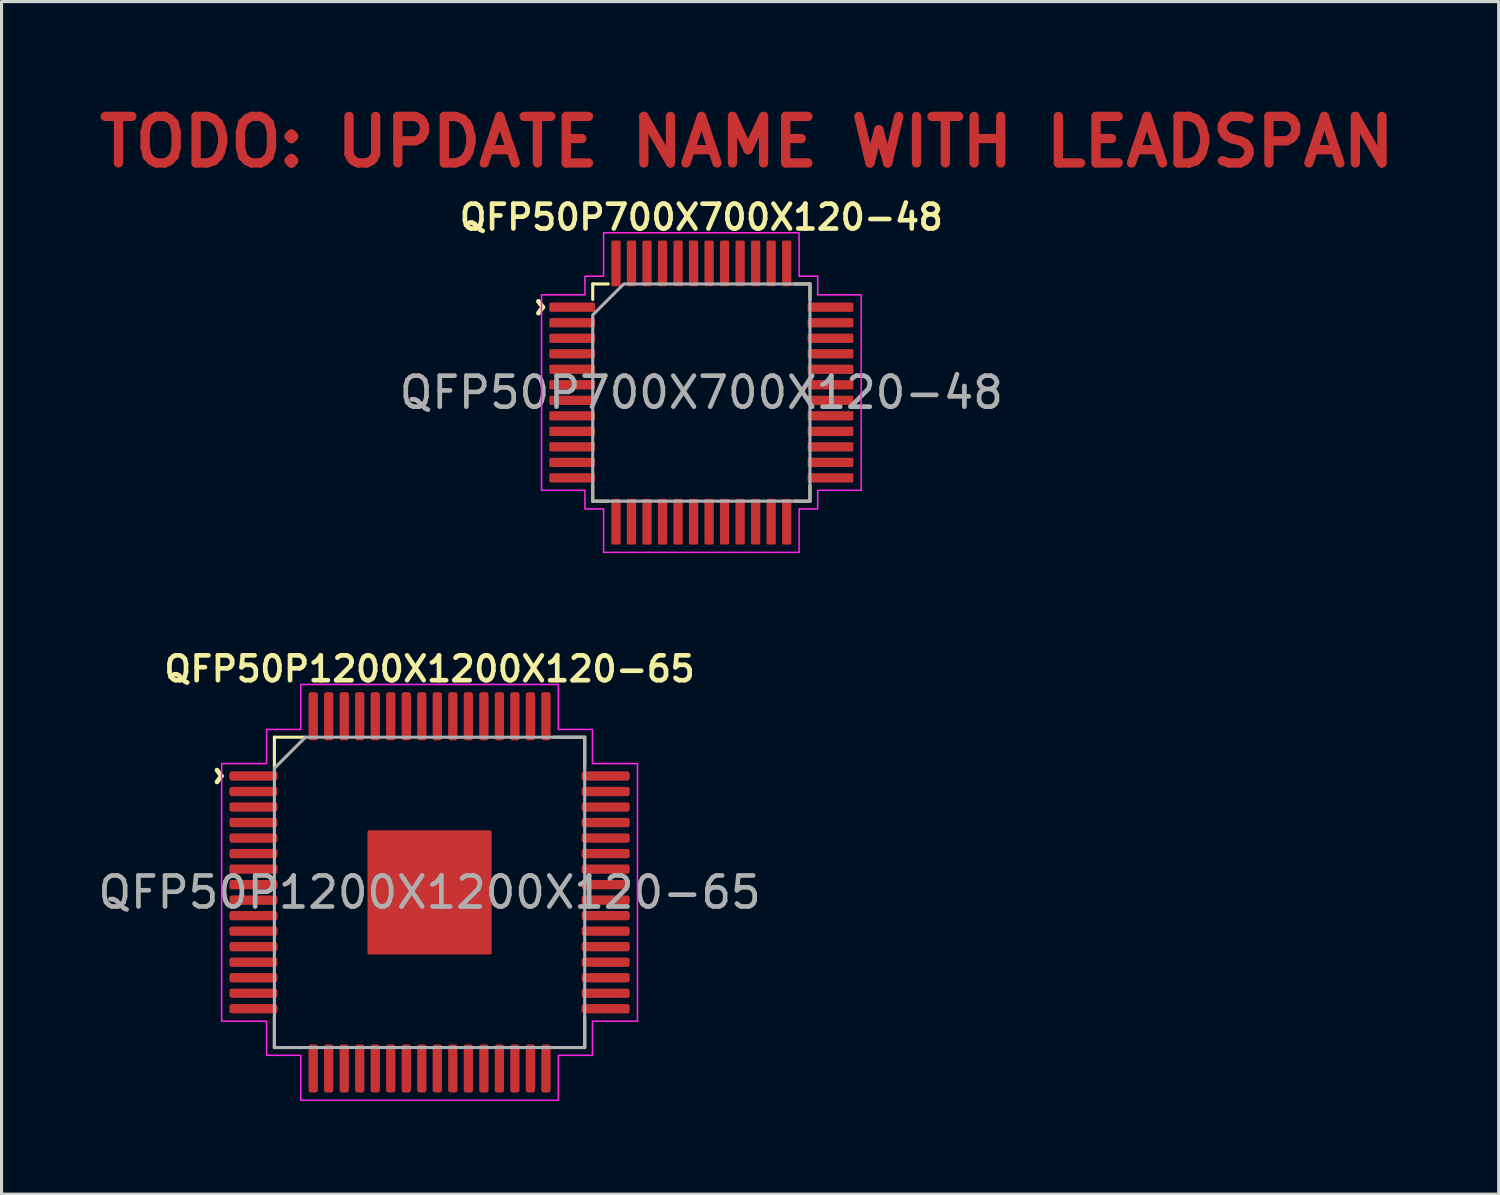
<source format=kicad_pcb>
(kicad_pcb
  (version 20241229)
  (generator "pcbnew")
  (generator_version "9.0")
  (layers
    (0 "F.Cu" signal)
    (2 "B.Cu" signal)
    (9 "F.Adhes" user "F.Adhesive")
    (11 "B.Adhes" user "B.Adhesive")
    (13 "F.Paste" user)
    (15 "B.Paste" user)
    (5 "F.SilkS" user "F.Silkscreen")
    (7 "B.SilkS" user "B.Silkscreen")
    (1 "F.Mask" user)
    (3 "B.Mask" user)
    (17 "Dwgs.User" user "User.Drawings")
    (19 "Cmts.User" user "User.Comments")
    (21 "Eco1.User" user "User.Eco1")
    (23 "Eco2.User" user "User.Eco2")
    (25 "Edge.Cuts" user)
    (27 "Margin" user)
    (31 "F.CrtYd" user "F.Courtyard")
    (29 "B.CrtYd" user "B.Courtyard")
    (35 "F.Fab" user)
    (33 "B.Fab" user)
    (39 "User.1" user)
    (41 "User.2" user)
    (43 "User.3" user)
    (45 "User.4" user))
  (footprint "QFP50P1200X1200X120-65"
    (layer "F.Cu")
    (at 10.792 25.706)
    (property "Reference" "QFP50P1200X1200X120-65" (at 0 -7.2 0) (layer "F.SilkS") (effects (font (size 0.8 0.8) (thickness 0.15))))
    (attr smd)
    (fp_line (start -5 -5) (end -5 -4) (stroke (width 0.1) (type solid)) (layer "F.SilkS"))
    (fp_line (start -5 4) (end -5 5) (stroke (width 0.1) (type solid)) (layer "F.SilkS"))
    (fp_line (start -5 5) (end -4 5) (stroke (width 0.1) (type solid)) (layer "F.SilkS"))
    (fp_line (start -4 -5) (end -5 -5) (stroke (width 0.1) (type solid)) (layer "F.SilkS"))
    (fp_line (start 4 5) (end 5 5) (stroke (width 0.1) (type solid)) (layer "F.SilkS"))
    (fp_line (start 5 -5) (end 4 -5) (stroke (width 0.1) (type solid)) (layer "F.SilkS"))
    (fp_line (start 5 -4) (end 5 -5) (stroke (width 0.1) (type solid)) (layer "F.SilkS"))
    (fp_line (start 5 5) (end 5 4) (stroke (width 0.1) (type solid)) (layer "F.SilkS"))
    (fp_poly (pts (xy 4.15 5.25) (xy 4.15 6.7) (xy 0 6.7) (xy -4.15 6.7) (xy -4.15 5.25) (xy -5.25 5.25) (xy -5.25 4.15) (xy -6.7 4.15) (xy -6.7 0) (xy -6.7 -4.15) (xy -5.25 -4.15) (xy -5.25 -5.25) (xy -4.15 -5.25) (xy -4.15 -6.7) (xy 0 -6.7) (xy 4.15 -6.7) (xy 4.15 -5.25) (xy 5.25 -5.25) (xy 5.25 -4.15) (xy 6.7 -4.15) (xy 6.7 0) (xy 6.7 4.15) (xy 5.25 4.15) (xy 5.25 5.25)) (stroke (width 0.05) (type solid)) (fill no) (layer "F.CrtYd"))
    (fp_poly (pts (xy -5 -4) (xy -5 5) (xy 5 5) (xy 5 -5) (xy -4 -5)) (stroke (width 0.1) (type solid)) (fill no) (layer "F.Fab"))
    (fp_text user "^" (at -7.3 -3.75 270) (unlocked yes) (layer "F.SilkS") (effects (font (size 1 1) (thickness 0.15))))
    (fp_text user "${REFERENCE}" (at 0 0 0) (layer "F.Fab") (effects (font (size 1 1) (thickness 0.15))))
    (pad "" smd roundrect (at -1.5 -1.5) (size 1 1) (layers "F.Paste") (roundrect_rratio 0.05))
    (pad "" smd roundrect (at -1.5 0) (size 1 1) (layers "F.Paste") (roundrect_rratio 0.05))
    (pad "" smd roundrect (at -1.5 1.5) (size 1 1) (layers "F.Paste") (roundrect_rratio 0.05))
    (pad "" smd roundrect (at 0 -1.5) (size 1 1) (layers "F.Paste") (roundrect_rratio 0.05))
    (pad "" smd roundrect (at 0 0) (size 1 1) (layers "F.Paste") (roundrect_rratio 0.05))
    (pad "" smd roundrect (at 0 1.5) (size 1 1) (layers "F.Paste") (roundrect_rratio 0.05))
    (pad "" smd roundrect (at 1.5 -1.5) (size 1 1) (layers "F.Paste") (roundrect_rratio 0.05))
    (pad "" smd roundrect (at 1.5 0) (size 1 1) (layers "F.Paste") (roundrect_rratio 0.05))
    (pad "" smd roundrect (at 1.5 1.5) (size 1 1) (layers "F.Paste") (roundrect_rratio 0.05))
    (pad "1" smd roundrect (at -5.675 -3.75) (size 1.55 0.3) (layers "F.Cu" "F.Mask" "F.Paste") (roundrect_rratio 0.25))
    (pad "2" smd roundrect (at -5.675 -3.25) (size 1.55 0.3) (layers "F.Cu" "F.Mask" "F.Paste") (roundrect_rratio 0.25))
    (pad "3" smd roundrect (at -5.675 -2.75) (size 1.55 0.3) (layers "F.Cu" "F.Mask" "F.Paste") (roundrect_rratio 0.25))
    (pad "4" smd roundrect (at -5.675 -2.25) (size 1.55 0.3) (layers "F.Cu" "F.Mask" "F.Paste") (roundrect_rratio 0.25))
    (pad "5" smd roundrect (at -5.675 -1.75) (size 1.55 0.3) (layers "F.Cu" "F.Mask" "F.Paste") (roundrect_rratio 0.25))
    (pad "6" smd roundrect (at -5.675 -1.25) (size 1.55 0.3) (layers "F.Cu" "F.Mask" "F.Paste") (roundrect_rratio 0.25))
    (pad "7" smd roundrect (at -5.675 -0.75) (size 1.55 0.3) (layers "F.Cu" "F.Mask" "F.Paste") (roundrect_rratio 0.25))
    (pad "8" smd roundrect (at -5.675 -0.25) (size 1.55 0.3) (layers "F.Cu" "F.Mask" "F.Paste") (roundrect_rratio 0.25))
    (pad "9" smd roundrect (at -5.675 0.25) (size 1.55 0.3) (layers "F.Cu" "F.Mask" "F.Paste") (roundrect_rratio 0.25))
    (pad "10" smd roundrect (at -5.675 0.75) (size 1.55 0.3) (layers "F.Cu" "F.Mask" "F.Paste") (roundrect_rratio 0.25))
    (pad "11" smd roundrect (at -5.675 1.25) (size 1.55 0.3) (layers "F.Cu" "F.Mask" "F.Paste") (roundrect_rratio 0.25))
    (pad "12" smd roundrect (at -5.675 1.75) (size 1.55 0.3) (layers "F.Cu" "F.Mask" "F.Paste") (roundrect_rratio 0.25))
    (pad "13" smd roundrect (at -5.675 2.25) (size 1.55 0.3) (layers "F.Cu" "F.Mask" "F.Paste") (roundrect_rratio 0.25))
    (pad "14" smd roundrect (at -5.675 2.75) (size 1.55 0.3) (layers "F.Cu" "F.Mask" "F.Paste") (roundrect_rratio 0.25))
    (pad "15" smd roundrect (at -5.675 3.25) (size 1.55 0.3) (layers "F.Cu" "F.Mask" "F.Paste") (roundrect_rratio 0.25))
    (pad "16" smd roundrect (at -5.675 3.75) (size 1.55 0.3) (layers "F.Cu" "F.Mask" "F.Paste") (roundrect_rratio 0.25))
    (pad "17" smd roundrect (at -3.75 5.675) (size 0.3 1.55) (layers "F.Cu" "F.Mask" "F.Paste") (roundrect_rratio 0.25))
    (pad "18" smd roundrect (at -3.25 5.675) (size 0.3 1.55) (layers "F.Cu" "F.Mask" "F.Paste") (roundrect_rratio 0.25))
    (pad "19" smd roundrect (at -2.75 5.675) (size 0.3 1.55) (layers "F.Cu" "F.Mask" "F.Paste") (roundrect_rratio 0.25))
    (pad "20" smd roundrect (at -2.25 5.675) (size 0.3 1.55) (layers "F.Cu" "F.Mask" "F.Paste") (roundrect_rratio 0.25))
    (pad "21" smd roundrect (at -1.75 5.675) (size 0.3 1.55) (layers "F.Cu" "F.Mask" "F.Paste") (roundrect_rratio 0.25))
    (pad "22" smd roundrect (at -1.25 5.675) (size 0.3 1.55) (layers "F.Cu" "F.Mask" "F.Paste") (roundrect_rratio 0.25))
    (pad "23" smd roundrect (at -0.75 5.675) (size 0.3 1.55) (layers "F.Cu" "F.Mask" "F.Paste") (roundrect_rratio 0.25))
    (pad "24" smd roundrect (at -0.25 5.675) (size 0.3 1.55) (layers "F.Cu" "F.Mask" "F.Paste") (roundrect_rratio 0.25))
    (pad "25" smd roundrect (at 0.25 5.675) (size 0.3 1.55) (layers "F.Cu" "F.Mask" "F.Paste") (roundrect_rratio 0.25))
    (pad "26" smd roundrect (at 0.75 5.675) (size 0.3 1.55) (layers "F.Cu" "F.Mask" "F.Paste") (roundrect_rratio 0.25))
    (pad "27" smd roundrect (at 1.25 5.675) (size 0.3 1.55) (layers "F.Cu" "F.Mask" "F.Paste") (roundrect_rratio 0.25))
    (pad "28" smd roundrect (at 1.75 5.675) (size 0.3 1.55) (layers "F.Cu" "F.Mask" "F.Paste") (roundrect_rratio 0.25))
    (pad "29" smd roundrect (at 2.25 5.675) (size 0.3 1.55) (layers "F.Cu" "F.Mask" "F.Paste") (roundrect_rratio 0.25))
    (pad "30" smd roundrect (at 2.75 5.675) (size 0.3 1.55) (layers "F.Cu" "F.Mask" "F.Paste") (roundrect_rratio 0.25))
    (pad "31" smd roundrect (at 3.25 5.675) (size 0.3 1.55) (layers "F.Cu" "F.Mask" "F.Paste") (roundrect_rratio 0.25))
    (pad "32" smd roundrect (at 3.75 5.675) (size 0.3 1.55) (layers "F.Cu" "F.Mask" "F.Paste") (roundrect_rratio 0.25))
    (pad "33" smd roundrect (at 5.675 3.75) (size 1.55 0.3) (layers "F.Cu" "F.Mask" "F.Paste") (roundrect_rratio 0.25))
    (pad "34" smd roundrect (at 5.675 3.25) (size 1.55 0.3) (layers "F.Cu" "F.Mask" "F.Paste") (roundrect_rratio 0.25))
    (pad "35" smd roundrect (at 5.675 2.75) (size 1.55 0.3) (layers "F.Cu" "F.Mask" "F.Paste") (roundrect_rratio 0.25))
    (pad "36" smd roundrect (at 5.675 2.25) (size 1.55 0.3) (layers "F.Cu" "F.Mask" "F.Paste") (roundrect_rratio 0.25))
    (pad "37" smd roundrect (at 5.675 1.75) (size 1.55 0.3) (layers "F.Cu" "F.Mask" "F.Paste") (roundrect_rratio 0.25))
    (pad "38" smd roundrect (at 5.675 1.25) (size 1.55 0.3) (layers "F.Cu" "F.Mask" "F.Paste") (roundrect_rratio 0.25))
    (pad "39" smd roundrect (at 5.675 0.75) (size 1.55 0.3) (layers "F.Cu" "F.Mask" "F.Paste") (roundrect_rratio 0.25))
    (pad "40" smd roundrect (at 5.675 0.25) (size 1.55 0.3) (layers "F.Cu" "F.Mask" "F.Paste") (roundrect_rratio 0.25))
    (pad "41" smd roundrect (at 5.675 -0.25) (size 1.55 0.3) (layers "F.Cu" "F.Mask" "F.Paste") (roundrect_rratio 0.25))
    (pad "42" smd roundrect (at 5.675 -0.75) (size 1.55 0.3) (layers "F.Cu" "F.Mask" "F.Paste") (roundrect_rratio 0.25))
    (pad "43" smd roundrect (at 5.675 -1.25) (size 1.55 0.3) (layers "F.Cu" "F.Mask" "F.Paste") (roundrect_rratio 0.25))
    (pad "44" smd roundrect (at 5.675 -1.75) (size 1.55 0.3) (layers "F.Cu" "F.Mask" "F.Paste") (roundrect_rratio 0.25))
    (pad "45" smd roundrect (at 5.675 -2.25) (size 1.55 0.3) (layers "F.Cu" "F.Mask" "F.Paste") (roundrect_rratio 0.25))
    (pad "46" smd roundrect (at 5.675 -2.75) (size 1.55 0.3) (layers "F.Cu" "F.Mask" "F.Paste") (roundrect_rratio 0.25))
    (pad "47" smd roundrect (at 5.675 -3.25) (size 1.55 0.3) (layers "F.Cu" "F.Mask" "F.Paste") (roundrect_rratio 0.25))
    (pad "48" smd roundrect (at 5.675 -3.75) (size 1.55 0.3) (layers "F.Cu" "F.Mask" "F.Paste") (roundrect_rratio 0.25))
    (pad "49" smd roundrect (at 3.75 -5.675) (size 0.3 1.55) (layers "F.Cu" "F.Mask" "F.Paste") (roundrect_rratio 0.25))
    (pad "50" smd roundrect (at 3.25 -5.675) (size 0.3 1.55) (layers "F.Cu" "F.Mask" "F.Paste") (roundrect_rratio 0.25))
    (pad "51" smd roundrect (at 2.75 -5.675) (size 0.3 1.55) (layers "F.Cu" "F.Mask" "F.Paste") (roundrect_rratio 0.25))
    (pad "52" smd roundrect (at 2.25 -5.675) (size 0.3 1.55) (layers "F.Cu" "F.Mask" "F.Paste") (roundrect_rratio 0.25))
    (pad "53" smd roundrect (at 1.75 -5.675) (size 0.3 1.55) (layers "F.Cu" "F.Mask" "F.Paste") (roundrect_rratio 0.25))
    (pad "54" smd roundrect (at 1.25 -5.675) (size 0.3 1.55) (layers "F.Cu" "F.Mask" "F.Paste") (roundrect_rratio 0.25))
    (pad "55" smd roundrect (at 0.75 -5.675) (size 0.3 1.55) (layers "F.Cu" "F.Mask" "F.Paste") (roundrect_rratio 0.25))
    (pad "56" smd roundrect (at 0.25 -5.675) (size 0.3 1.55) (layers "F.Cu" "F.Mask" "F.Paste") (roundrect_rratio 0.25))
    (pad "57" smd roundrect (at -0.25 -5.675) (size 0.3 1.55) (layers "F.Cu" "F.Mask" "F.Paste") (roundrect_rratio 0.25))
    (pad "58" smd roundrect (at -0.75 -5.675) (size 0.3 1.55) (layers "F.Cu" "F.Mask" "F.Paste") (roundrect_rratio 0.25))
    (pad "59" smd roundrect (at -1.25 -5.675) (size 0.3 1.55) (layers "F.Cu" "F.Mask" "F.Paste") (roundrect_rratio 0.25))
    (pad "60" smd roundrect (at -1.75 -5.675) (size 0.3 1.55) (layers "F.Cu" "F.Mask" "F.Paste") (roundrect_rratio 0.25))
    (pad "61" smd roundrect (at -2.25 -5.675) (size 0.3 1.55) (layers "F.Cu" "F.Mask" "F.Paste") (roundrect_rratio 0.25))
    (pad "62" smd roundrect (at -2.75 -5.675) (size 0.3 1.55) (layers "F.Cu" "F.Mask" "F.Paste") (roundrect_rratio 0.25))
    (pad "63" smd roundrect (at -3.25 -5.675) (size 0.3 1.55) (layers "F.Cu" "F.Mask" "F.Paste") (roundrect_rratio 0.25))
    (pad "64" smd roundrect (at -3.75 -5.675) (size 0.3 1.55) (layers "F.Cu" "F.Mask" "F.Paste") (roundrect_rratio 0.25))
    (pad "65" smd roundrect (at 0 0) (size 4 4) (property pad_prop_heatsink) (layers "F.Cu" "F.Mask") (roundrect_rratio 0.013)))
  (footprint "QFP50P700X700X120-48"
    (layer "F.Cu")
    (at 19.55 9.6)
    (property "Reference" "QFP50P700X700X120-48" (at 0 -5.65 0) (layer "F.SilkS") (effects (font (size 0.8 0.8) (thickness 0.15))))
    (attr smd)
    (fp_line (start -3.5 -3.5) (end -3.5 -3) (stroke (width 0.1) (type solid)) (layer "F.SilkS"))
    (fp_line (start -3.5 3) (end -3.5 3.5) (stroke (width 0.1) (type solid)) (layer "F.SilkS"))
    (fp_line (start -3.5 3.5) (end -3 3.5) (stroke (width 0.1) (type solid)) (layer "F.SilkS"))
    (fp_line (start -3 -3.5) (end -3.5 -3.5) (stroke (width 0.1) (type solid)) (layer "F.SilkS"))
    (fp_line (start 3 3.5) (end 3.5 3.5) (stroke (width 0.1) (type solid)) (layer "F.SilkS"))
    (fp_line (start 3.5 -3.5) (end 3 -3.5) (stroke (width 0.1) (type solid)) (layer "F.SilkS"))
    (fp_line (start 3.5 -3) (end 3.5 -3.5) (stroke (width 0.1) (type solid)) (layer "F.SilkS"))
    (fp_line (start 3.5 3.5) (end 3.5 3) (stroke (width 0.1) (type solid)) (layer "F.SilkS"))
    (fp_poly (pts (xy 3.15 5.15) (xy 0 5.15) (xy -3.15 5.15) (xy -3.15 3.75) (xy -3.75 3.75) (xy -3.75 3.15) (xy -5.15 3.15) (xy -5.15 0) (xy -5.15 -3.15) (xy -3.75 -3.15) (xy -3.75 -3.75) (xy -3.15 -3.75) (xy -3.15 -5.15) (xy 0 -5.15) (xy 3.15 -5.15) (xy 3.15 -3.75) (xy 3.75 -3.75) (xy 3.75 -3.15) (xy 5.15 -3.15) (xy 5.15 0) (xy 5.15 3.15) (xy 3.75 3.15) (xy 3.75 3.75) (xy 3.15 3.75)) (stroke (width 0.05) (type solid)) (fill no) (layer "F.CrtYd"))
    (fp_poly (pts (xy -2.5 -3.5) (xy -3.5 -2.5) (xy -3.5 3.5) (xy 3.5 3.5) (xy 3.5 -3.5)) (stroke (width 0.1) (type solid)) (fill no) (layer "F.Fab"))
    (fp_text user "TODO: UPDATE NAME WITH LEADSPAN" (at -19.55 -7.2 0) (unlocked yes) (layer "F.Cu") (effects (font (size 1.5 1.5) (thickness 0.3) (bold yes)) (justify left bottom)))
    (fp_text user "^" (at -5.7 -2.75 270) (unlocked yes) (layer "F.SilkS") (effects (font (size 1 1) (thickness 0.15))))
    (fp_text user "${REFERENCE}" (at 0 0 0) (layer "F.Fab") (effects (font (size 1 1) (thickness 0.15))))
    (pad "1" smd roundrect (at -4.162 -2.75) (size 1.475 0.3) (layers "F.Cu" "F.Mask" "F.Paste") (roundrect_rratio 0.167))
    (pad "2" smd roundrect (at -4.162 -2.25) (size 1.475 0.3) (layers "F.Cu" "F.Mask" "F.Paste") (roundrect_rratio 0.167))
    (pad "3" smd roundrect (at -4.162 -1.75) (size 1.475 0.3) (layers "F.Cu" "F.Mask" "F.Paste") (roundrect_rratio 0.167))
    (pad "4" smd roundrect (at -4.162 -1.25) (size 1.475 0.3) (layers "F.Cu" "F.Mask" "F.Paste") (roundrect_rratio 0.167))
    (pad "5" smd roundrect (at -4.162 -0.75) (size 1.475 0.3) (layers "F.Cu" "F.Mask" "F.Paste") (roundrect_rratio 0.167))
    (pad "6" smd roundrect (at -4.162 -0.25) (size 1.475 0.3) (layers "F.Cu" "F.Mask" "F.Paste") (roundrect_rratio 0.167))
    (pad "7" smd roundrect (at -4.162 0.25) (size 1.475 0.3) (layers "F.Cu" "F.Mask" "F.Paste") (roundrect_rratio 0.167))
    (pad "8" smd roundrect (at -4.162 0.75) (size 1.475 0.3) (layers "F.Cu" "F.Mask" "F.Paste") (roundrect_rratio 0.167))
    (pad "9" smd roundrect (at -4.162 1.25) (size 1.475 0.3) (layers "F.Cu" "F.Mask" "F.Paste") (roundrect_rratio 0.167))
    (pad "10" smd roundrect (at -4.162 1.75) (size 1.475 0.3) (layers "F.Cu" "F.Mask" "F.Paste") (roundrect_rratio 0.167))
    (pad "11" smd roundrect (at -4.162 2.25) (size 1.475 0.3) (layers "F.Cu" "F.Mask" "F.Paste") (roundrect_rratio 0.167))
    (pad "12" smd roundrect (at -4.162 2.75) (size 1.475 0.3) (layers "F.Cu" "F.Mask" "F.Paste") (roundrect_rratio 0.167))
    (pad "13" smd roundrect (at -2.75 4.162) (size 0.3 1.475) (layers "F.Cu" "F.Mask" "F.Paste") (roundrect_rratio 0.167))
    (pad "14" smd roundrect (at -2.25 4.162) (size 0.3 1.475) (layers "F.Cu" "F.Mask" "F.Paste") (roundrect_rratio 0.167))
    (pad "15" smd roundrect (at -1.75 4.162) (size 0.3 1.475) (layers "F.Cu" "F.Mask" "F.Paste") (roundrect_rratio 0.167))
    (pad "16" smd roundrect (at -1.25 4.162) (size 0.3 1.475) (layers "F.Cu" "F.Mask" "F.Paste") (roundrect_rratio 0.167))
    (pad "17" smd roundrect (at -0.75 4.162) (size 0.3 1.475) (layers "F.Cu" "F.Mask" "F.Paste") (roundrect_rratio 0.167))
    (pad "18" smd roundrect (at -0.25 4.162) (size 0.3 1.475) (layers "F.Cu" "F.Mask" "F.Paste") (roundrect_rratio 0.167))
    (pad "19" smd roundrect (at 0.25 4.162) (size 0.3 1.475) (layers "F.Cu" "F.Mask" "F.Paste") (roundrect_rratio 0.167))
    (pad "20" smd roundrect (at 0.75 4.162) (size 0.3 1.475) (layers "F.Cu" "F.Mask" "F.Paste") (roundrect_rratio 0.167))
    (pad "21" smd roundrect (at 1.25 4.162) (size 0.3 1.475) (layers "F.Cu" "F.Mask" "F.Paste") (roundrect_rratio 0.167))
    (pad "22" smd roundrect (at 1.75 4.162) (size 0.3 1.475) (layers "F.Cu" "F.Mask" "F.Paste") (roundrect_rratio 0.167))
    (pad "23" smd roundrect (at 2.25 4.162) (size 0.3 1.475) (layers "F.Cu" "F.Mask" "F.Paste") (roundrect_rratio 0.167))
    (pad "24" smd roundrect (at 2.75 4.162) (size 0.3 1.475) (layers "F.Cu" "F.Mask" "F.Paste") (roundrect_rratio 0.167))
    (pad "25" smd roundrect (at 4.162 2.75) (size 1.475 0.3) (layers "F.Cu" "F.Mask" "F.Paste") (roundrect_rratio 0.167))
    (pad "26" smd roundrect (at 4.162 2.25) (size 1.475 0.3) (layers "F.Cu" "F.Mask" "F.Paste") (roundrect_rratio 0.167))
    (pad "27" smd roundrect (at 4.162 1.75) (size 1.475 0.3) (layers "F.Cu" "F.Mask" "F.Paste") (roundrect_rratio 0.167))
    (pad "28" smd roundrect (at 4.162 1.25) (size 1.475 0.3) (layers "F.Cu" "F.Mask" "F.Paste") (roundrect_rratio 0.167))
    (pad "29" smd roundrect (at 4.162 0.75) (size 1.475 0.3) (layers "F.Cu" "F.Mask" "F.Paste") (roundrect_rratio 0.167))
    (pad "30" smd roundrect (at 4.162 0.25) (size 1.475 0.3) (layers "F.Cu" "F.Mask" "F.Paste") (roundrect_rratio 0.167))
    (pad "31" smd roundrect (at 4.162 -0.25) (size 1.475 0.3) (layers "F.Cu" "F.Mask" "F.Paste") (roundrect_rratio 0.167))
    (pad "32" smd roundrect (at 4.162 -0.75) (size 1.475 0.3) (layers "F.Cu" "F.Mask" "F.Paste") (roundrect_rratio 0.167))
    (pad "33" smd roundrect (at 4.162 -1.25) (size 1.475 0.3) (layers "F.Cu" "F.Mask" "F.Paste") (roundrect_rratio 0.167))
    (pad "34" smd roundrect (at 4.162 -1.75) (size 1.475 0.3) (layers "F.Cu" "F.Mask" "F.Paste") (roundrect_rratio 0.167))
    (pad "35" smd roundrect (at 4.162 -2.25) (size 1.475 0.3) (layers "F.Cu" "F.Mask" "F.Paste") (roundrect_rratio 0.167))
    (pad "36" smd roundrect (at 4.162 -2.75) (size 1.475 0.3) (layers "F.Cu" "F.Mask" "F.Paste") (roundrect_rratio 0.167))
    (pad "37" smd roundrect (at 2.75 -4.162) (size 0.3 1.475) (layers "F.Cu" "F.Mask" "F.Paste") (roundrect_rratio 0.167))
    (pad "38" smd roundrect (at 2.25 -4.162) (size 0.3 1.475) (layers "F.Cu" "F.Mask" "F.Paste") (roundrect_rratio 0.167))
    (pad "39" smd roundrect (at 1.75 -4.162) (size 0.3 1.475) (layers "F.Cu" "F.Mask" "F.Paste") (roundrect_rratio 0.167))
    (pad "40" smd roundrect (at 1.25 -4.162) (size 0.3 1.475) (layers "F.Cu" "F.Mask" "F.Paste") (roundrect_rratio 0.167))
    (pad "41" smd roundrect (at 0.75 -4.162) (size 0.3 1.475) (layers "F.Cu" "F.Mask" "F.Paste") (roundrect_rratio 0.167))
    (pad "42" smd roundrect (at 0.25 -4.162) (size 0.3 1.475) (layers "F.Cu" "F.Mask" "F.Paste") (roundrect_rratio 0.167))
    (pad "43" smd roundrect (at -0.25 -4.162) (size 0.3 1.475) (layers "F.Cu" "F.Mask" "F.Paste") (roundrect_rratio 0.167))
    (pad "44" smd roundrect (at -0.75 -4.162) (size 0.3 1.475) (layers "F.Cu" "F.Mask" "F.Paste") (roundrect_rratio 0.167))
    (pad "45" smd roundrect (at -1.25 -4.162) (size 0.3 1.475) (layers "F.Cu" "F.Mask" "F.Paste") (roundrect_rratio 0.167))
    (pad "46" smd roundrect (at -1.75 -4.162) (size 0.3 1.475) (layers "F.Cu" "F.Mask" "F.Paste") (roundrect_rratio 0.167))
    (pad "47" smd roundrect (at -2.25 -4.162) (size 0.3 1.475) (layers "F.Cu" "F.Mask" "F.Paste") (roundrect_rratio 0.167))
    (pad "48" smd roundrect (at -2.75 -4.162) (size 0.3 1.475) (layers "F.Cu" "F.Mask" "F.Paste") (roundrect_rratio 0.167)))
  (gr_rect
    (start -3 -3)
    (end 45.243 35.431)
    (stroke (width 0.1) (type default))
    (fill no)
    (layer "Edge.Cuts")))
</source>
